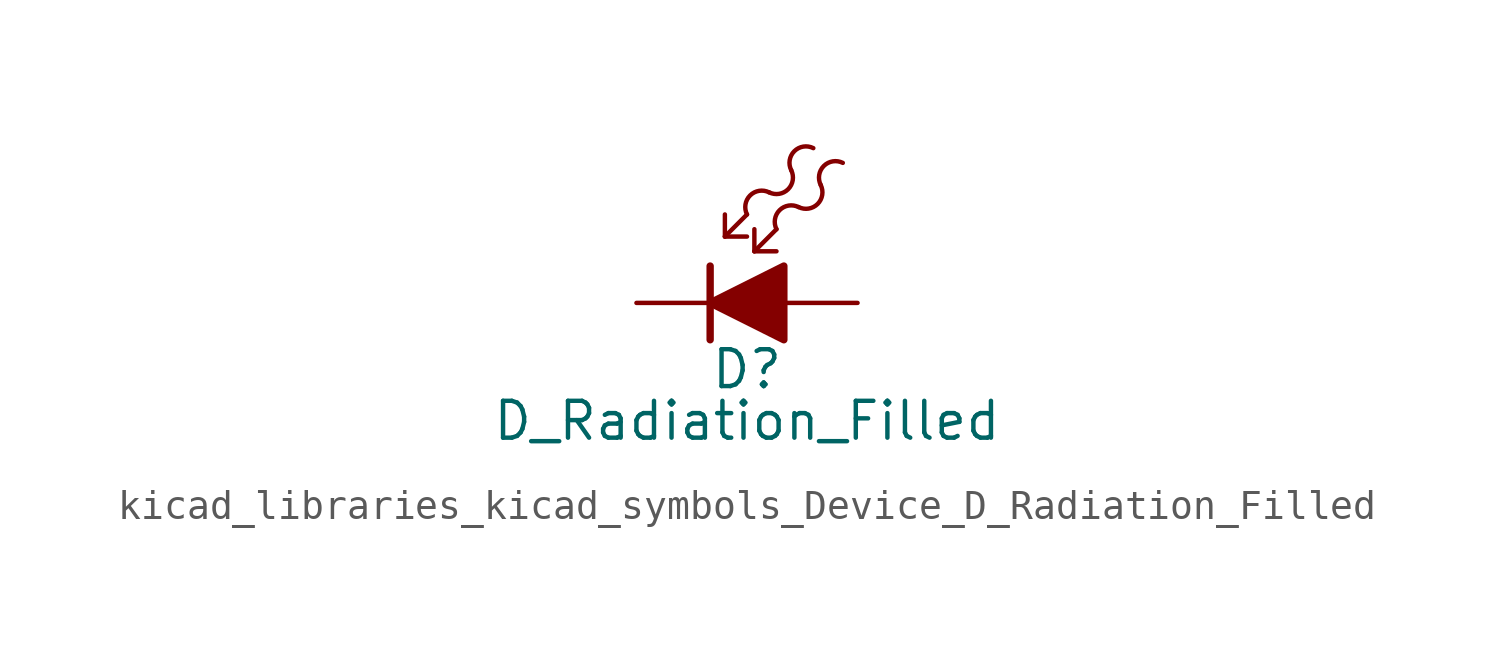
<source format=kicad_sym>
(kicad_symbol_lib
  (version 20220914)
  (generator kicad_symbol_editor)
  (symbol "kicad_libraries_kicad_symbols_Device_D_Radiation_Filled"
    (pin_numbers hide)
    (pin_names
      (offset 1.016) hide)
    (property "Reference" "D"
      (at -1.27 -2.286 0)
      (effects (font (size 1.27 1.27))))
    (property "Value" "D_Radiation_Filled"
      (at -1.27 -4.064 0)
      (effects (font (size 1.27 1.27))))
    (symbol "kicad_libraries_kicad_symbols_Device_D_Radiation_Filled_0_1"
      (arc (start -0.508 3.81) (mid -1.1636 3.7036) (end -1.27 3.048) (stroke (width 0) (type default)) (fill (type none)))
      (arc (start -0.508 3.81) (mid 0.1476 3.9164) (end 0.254 4.572) (stroke (width 0) (type default)) (fill (type none)))
      (polyline (pts (xy -2.54 1.27) (xy -2.54 -1.27)) (stroke (width 0.254) (type default)) (fill (type none)))
      (polyline (pts (xy -2.032 2.286) (xy -1.27 2.286)) (stroke (width 0) (type default)) (fill (type none)))
      (polyline (pts (xy -2.032 2.286) (xy -1.27 3.048)) (stroke (width 0) (type default)) (fill (type none)))
      (polyline (pts (xy -2.032 3.048) (xy -2.032 2.286)) (stroke (width 0) (type default)) (fill (type none)))
      (polyline (pts (xy -1.016 1.778) (xy -0.254 1.778)) (stroke (width 0) (type default)) (fill (type none)))
      (polyline (pts (xy -1.016 1.778) (xy -0.254 2.54)) (stroke (width 0) (type default)) (fill (type none)))
      (polyline (pts (xy -1.016 2.54) (xy -1.016 1.778)) (stroke (width 0) (type default)) (fill (type none)))
      (polyline (pts (xy 0 0) (xy -2.54 0)) (stroke (width 0) (type default)) (fill (type none)))
      (polyline (pts (xy 0 1.27) (xy 0 -1.27) (xy -2.54 0) (xy 0 1.27)) (stroke (width 0.254) (type default)) (fill (type outline)))
      (arc (start 0.508 3.302) (mid -0.1476 3.1956) (end -0.254 2.54) (stroke (width 0) (type default)) (fill (type none)))
      (arc (start 0.508 3.302) (mid 1.1636 3.4084) (end 1.27 4.064) (stroke (width 0) (type default)) (fill (type none)))
      (arc (start 1.016 5.334) (mid 0.3604 5.2276) (end 0.254 4.572) (stroke (width 0) (type default)) (fill (type none)))
      (arc (start 2.032 4.826) (mid 1.3764 4.7196) (end 1.27 4.064) (stroke (width 0) (type default)) (fill (type none))))
    (symbol "kicad_libraries_kicad_symbols_Device_D_Radiation_Filled_1_1"
      (pin passive line (at -5.08 0 0) (length 2.54) (name "K" (effects (font (size 1.27 1.27)))) (number "1" (effects (font (size 1.27 1.27)))))
      (pin passive line (at 2.54 0 180) (length 2.54) (name "A" (effects (font (size 1.27 1.27)))) (number "2" (effects (font (size 1.27 1.27))))))))
</source>
